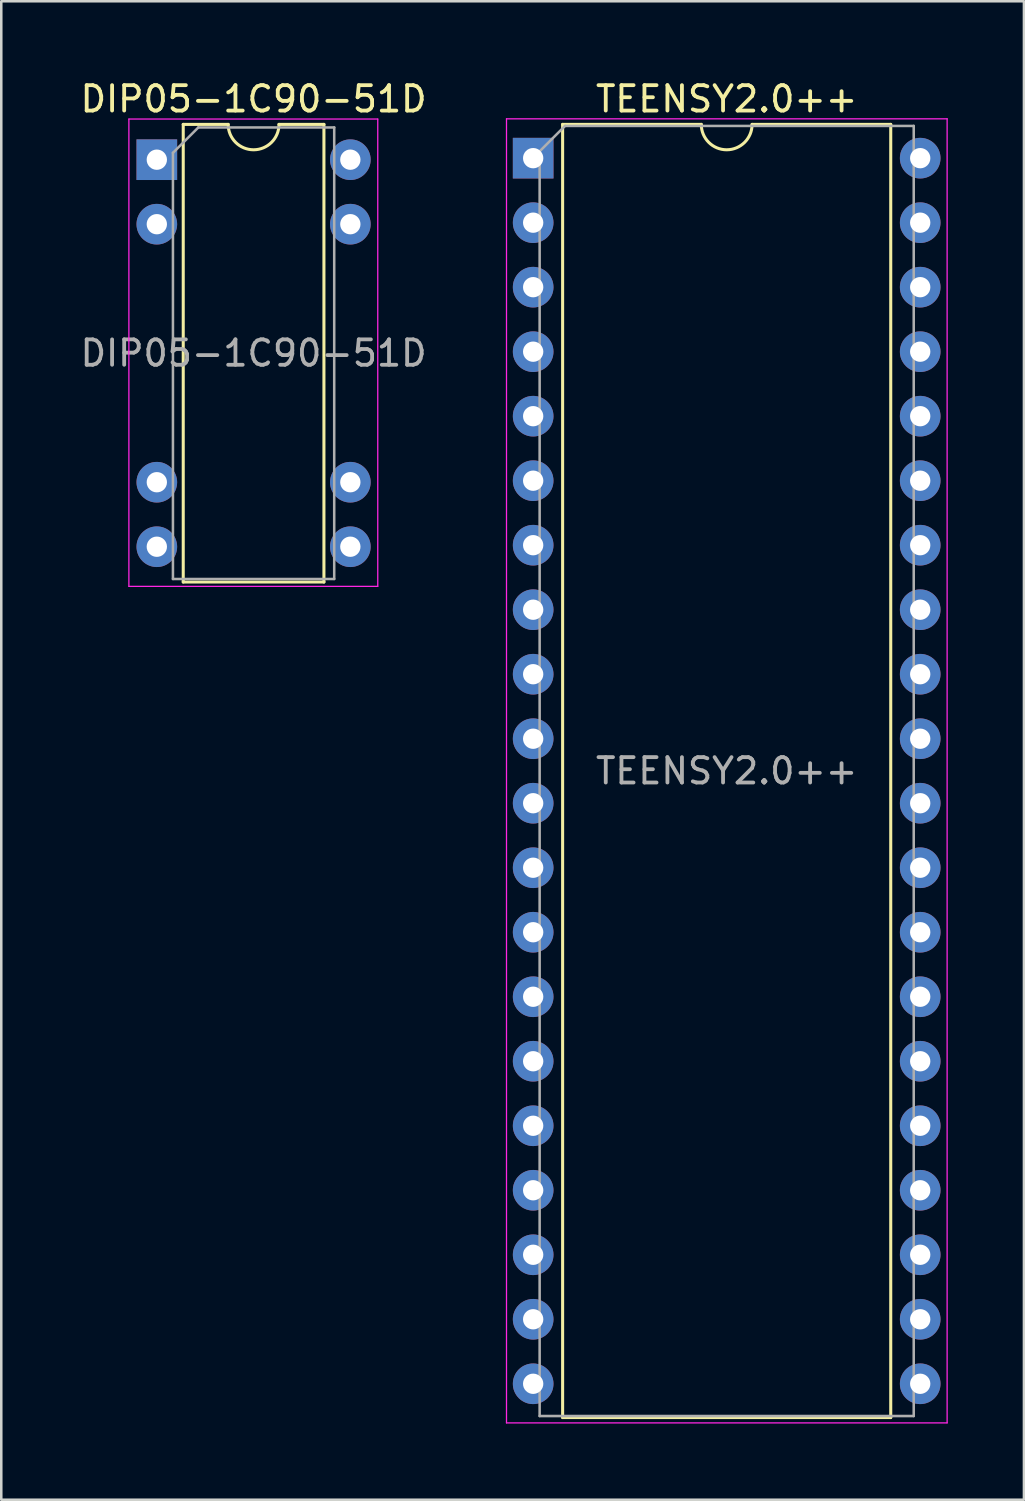
<source format=kicad_pcb>
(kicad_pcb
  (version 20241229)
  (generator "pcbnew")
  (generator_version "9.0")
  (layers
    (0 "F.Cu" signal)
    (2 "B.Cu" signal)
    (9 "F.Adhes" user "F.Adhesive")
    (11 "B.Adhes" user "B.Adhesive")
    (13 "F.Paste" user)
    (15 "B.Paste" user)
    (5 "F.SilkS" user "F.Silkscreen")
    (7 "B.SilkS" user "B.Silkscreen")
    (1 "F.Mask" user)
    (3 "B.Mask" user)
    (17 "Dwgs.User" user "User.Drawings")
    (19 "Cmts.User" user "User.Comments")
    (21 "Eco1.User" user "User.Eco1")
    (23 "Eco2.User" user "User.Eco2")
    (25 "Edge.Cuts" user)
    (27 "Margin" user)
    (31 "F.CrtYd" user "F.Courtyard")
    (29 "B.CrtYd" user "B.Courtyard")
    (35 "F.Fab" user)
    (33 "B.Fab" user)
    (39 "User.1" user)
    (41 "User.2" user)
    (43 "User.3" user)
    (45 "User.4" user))
  (footprint "TEENSY2.0++"
    (layer "F.Cu")
    (at 17.944 3.178)
    (property "Reference" "TEENSY2.0++" (at 7.62 -2.33 0) (layer "F.SilkS") (effects (font (size 1 1) (thickness 0.15))))
    (attr through_hole)
    (fp_line (start 1.16 -1.33) (end 1.16 49.59) (stroke (width 0.12) (type solid)) (layer "F.SilkS"))
    (fp_line (start 1.16 49.59) (end 14.08 49.59) (stroke (width 0.12) (type solid)) (layer "F.SilkS"))
    (fp_line (start 6.62 -1.33) (end 1.16 -1.33) (stroke (width 0.12) (type solid)) (layer "F.SilkS"))
    (fp_line (start 14.08 -1.33) (end 8.62 -1.33) (stroke (width 0.12) (type solid)) (layer "F.SilkS"))
    (fp_line (start 14.08 49.59) (end 14.08 -1.33) (stroke (width 0.12) (type solid)) (layer "F.SilkS"))
    (fp_arc (start 8.62 -1.33) (mid 7.62 -0.33) (end 6.62 -1.33) (stroke (width 0.12) (type solid)) (layer "F.SilkS"))
    (fp_line (start -1.05 -1.55) (end -1.05 49.8) (stroke (width 0.05) (type solid)) (layer "F.CrtYd"))
    (fp_line (start -1.05 49.8) (end 16.3 49.8) (stroke (width 0.05) (type solid)) (layer "F.CrtYd"))
    (fp_line (start 16.3 -1.55) (end -1.05 -1.55) (stroke (width 0.05) (type solid)) (layer "F.CrtYd"))
    (fp_line (start 16.3 49.8) (end 16.3 -1.55) (stroke (width 0.05) (type solid)) (layer "F.CrtYd"))
    (fp_line (start 0.255 -0.27) (end 1.255 -1.27) (stroke (width 0.1) (type solid)) (layer "F.Fab"))
    (fp_line (start 0.255 49.53) (end 0.255 -0.27) (stroke (width 0.1) (type solid)) (layer "F.Fab"))
    (fp_line (start 1.255 -1.27) (end 14.985 -1.27) (stroke (width 0.1) (type solid)) (layer "F.Fab"))
    (fp_line (start 14.985 -1.27) (end 14.985 49.53) (stroke (width 0.1) (type solid)) (layer "F.Fab"))
    (fp_line (start 14.985 49.53) (end 0.255 49.53) (stroke (width 0.1) (type solid)) (layer "F.Fab"))
    (fp_text user "${REFERENCE}" (at 7.62 24.13 0) (layer "F.Fab") (effects (font (size 1 1) (thickness 0.15))))
    (pad "1" thru_hole rect (at 0 0) (size 1.6 1.6) (drill 0.8) (layers "*.Cu" "*.Mask"))
    (pad "2" thru_hole oval (at 0 2.54) (size 1.6 1.6) (drill 0.8) (layers "*.Cu" "*.Mask"))
    (pad "3" thru_hole oval (at 0 5.08) (size 1.6 1.6) (drill 0.8) (layers "*.Cu" "*.Mask"))
    (pad "4" thru_hole oval (at 0 7.62) (size 1.6 1.6) (drill 0.8) (layers "*.Cu" "*.Mask"))
    (pad "5" thru_hole oval (at 0 10.16) (size 1.6 1.6) (drill 0.8) (layers "*.Cu" "*.Mask"))
    (pad "6" thru_hole oval (at 0 12.7) (size 1.6 1.6) (drill 0.8) (layers "*.Cu" "*.Mask"))
    (pad "7" thru_hole oval (at 0 15.24) (size 1.6 1.6) (drill 0.8) (layers "*.Cu" "*.Mask"))
    (pad "8" thru_hole oval (at 0 17.78) (size 1.6 1.6) (drill 0.8) (layers "*.Cu" "*.Mask"))
    (pad "9" thru_hole oval (at 0 20.32) (size 1.6 1.6) (drill 0.8) (layers "*.Cu" "*.Mask"))
    (pad "10" thru_hole oval (at 0 22.86) (size 1.6 1.6) (drill 0.8) (layers "*.Cu" "*.Mask"))
    (pad "11" thru_hole oval (at 0 25.4) (size 1.6 1.6) (drill 0.8) (layers "*.Cu" "*.Mask"))
    (pad "12" thru_hole oval (at 0 27.94) (size 1.6 1.6) (drill 0.8) (layers "*.Cu" "*.Mask"))
    (pad "13" thru_hole oval (at 0 30.48) (size 1.6 1.6) (drill 0.8) (layers "*.Cu" "*.Mask"))
    (pad "14" thru_hole oval (at 0 33.02) (size 1.6 1.6) (drill 0.8) (layers "*.Cu" "*.Mask"))
    (pad "15" thru_hole oval (at 0 35.56) (size 1.6 1.6) (drill 0.8) (layers "*.Cu" "*.Mask"))
    (pad "16" thru_hole oval (at 0 38.1) (size 1.6 1.6) (drill 0.8) (layers "*.Cu" "*.Mask"))
    (pad "17" thru_hole oval (at 0 40.64) (size 1.6 1.6) (drill 0.8) (layers "*.Cu" "*.Mask"))
    (pad "18" thru_hole oval (at 0 43.18) (size 1.6 1.6) (drill 0.8) (layers "*.Cu" "*.Mask"))
    (pad "19" thru_hole oval (at 0 45.72) (size 1.6 1.6) (drill 0.8) (layers "*.Cu" "*.Mask"))
    (pad "20" thru_hole oval (at 0 48.26) (size 1.6 1.6) (drill 0.8) (layers "*.Cu" "*.Mask"))
    (pad "21" thru_hole oval (at 15.24 48.26) (size 1.6 1.6) (drill 0.8) (layers "*.Cu" "*.Mask"))
    (pad "22" thru_hole oval (at 15.24 45.72) (size 1.6 1.6) (drill 0.8) (layers "*.Cu" "*.Mask"))
    (pad "23" thru_hole oval (at 15.24 43.18) (size 1.6 1.6) (drill 0.8) (layers "*.Cu" "*.Mask"))
    (pad "24" thru_hole oval (at 15.24 40.64) (size 1.6 1.6) (drill 0.8) (layers "*.Cu" "*.Mask"))
    (pad "25" thru_hole oval (at 15.24 38.1) (size 1.6 1.6) (drill 0.8) (layers "*.Cu" "*.Mask"))
    (pad "26" thru_hole oval (at 15.24 35.56) (size 1.6 1.6) (drill 0.8) (layers "*.Cu" "*.Mask"))
    (pad "27" thru_hole oval (at 15.24 33.02) (size 1.6 1.6) (drill 0.8) (layers "*.Cu" "*.Mask"))
    (pad "28" thru_hole oval (at 15.24 30.48) (size 1.6 1.6) (drill 0.8) (layers "*.Cu" "*.Mask"))
    (pad "29" thru_hole oval (at 15.24 27.94) (size 1.6 1.6) (drill 0.8) (layers "*.Cu" "*.Mask"))
    (pad "30" thru_hole oval (at 15.24 25.4) (size 1.6 1.6) (drill 0.8) (layers "*.Cu" "*.Mask"))
    (pad "31" thru_hole oval (at 15.24 22.86) (size 1.6 1.6) (drill 0.8) (layers "*.Cu" "*.Mask"))
    (pad "32" thru_hole oval (at 15.24 20.32) (size 1.6 1.6) (drill 0.8) (layers "*.Cu" "*.Mask"))
    (pad "33" thru_hole oval (at 15.24 17.78) (size 1.6 1.6) (drill 0.8) (layers "*.Cu" "*.Mask"))
    (pad "34" thru_hole oval (at 15.24 15.24) (size 1.6 1.6) (drill 0.8) (layers "*.Cu" "*.Mask"))
    (pad "35" thru_hole oval (at 15.24 12.7) (size 1.6 1.6) (drill 0.8) (layers "*.Cu" "*.Mask"))
    (pad "36" thru_hole oval (at 15.24 10.16) (size 1.6 1.6) (drill 0.8) (layers "*.Cu" "*.Mask"))
    (pad "37" thru_hole oval (at 15.24 7.62) (size 1.6 1.6) (drill 0.8) (layers "*.Cu" "*.Mask"))
    (pad "38" thru_hole oval (at 15.24 5.08) (size 1.6 1.6) (drill 0.8) (layers "*.Cu" "*.Mask"))
    (pad "39" thru_hole oval (at 15.24 2.54) (size 1.6 1.6) (drill 0.8) (layers "*.Cu" "*.Mask"))
    (pad "40" thru_hole oval (at 15.24 0) (size 1.6 1.6) (drill 0.8) (layers "*.Cu" "*.Mask")))
  (footprint "DIP05-1C90-51D"
    (layer "F.Cu")
    (at 3.125 3.238)
    (property "Reference" "DIP05-1C90-51D" (at 3.81 -2.39 0) (layer "F.SilkS") (effects (font (size 1 1) (thickness 0.15))))
    (attr through_hole)
    (fp_line (start 1.04 -1.39) (end 1.04 16.63) (stroke (width 0.12) (type solid)) (layer "F.SilkS"))
    (fp_line (start 1.04 16.63) (end 6.58 16.63) (stroke (width 0.12) (type solid)) (layer "F.SilkS"))
    (fp_line (start 2.81 -1.39) (end 1.04 -1.39) (stroke (width 0.12) (type solid)) (layer "F.SilkS"))
    (fp_line (start 6.58 -1.39) (end 4.81 -1.39) (stroke (width 0.12) (type solid)) (layer "F.SilkS"))
    (fp_line (start 6.58 16.63) (end 6.58 -1.39) (stroke (width 0.12) (type solid)) (layer "F.SilkS"))
    (fp_arc (start 4.81 -1.39) (mid 3.81 -0.39) (end 2.81 -1.39) (stroke (width 0.12) (type solid)) (layer "F.SilkS"))
    (fp_line (start -1.1 -1.6) (end -1.1 16.8) (stroke (width 0.05) (type solid)) (layer "F.CrtYd"))
    (fp_line (start -1.1 16.8) (end 8.7 16.8) (stroke (width 0.05) (type solid)) (layer "F.CrtYd"))
    (fp_line (start 8.7 -1.6) (end -1.1 -1.6) (stroke (width 0.05) (type solid)) (layer "F.CrtYd"))
    (fp_line (start 8.7 16.8) (end 8.7 -1.6) (stroke (width 0.05) (type solid)) (layer "F.CrtYd"))
    (fp_line (start 0.635 -0.27) (end 1.635 -1.27) (stroke (width 0.1) (type solid)) (layer "F.Fab"))
    (fp_line (start 0.635 16.51) (end 0.635 -0.27) (stroke (width 0.1) (type solid)) (layer "F.Fab"))
    (fp_line (start 1.635 -1.27) (end 6.985 -1.27) (stroke (width 0.1) (type solid)) (layer "F.Fab"))
    (fp_line (start 6.985 -1.27) (end 6.985 16.51) (stroke (width 0.1) (type solid)) (layer "F.Fab"))
    (fp_line (start 6.985 16.51) (end 0.635 16.51) (stroke (width 0.1) (type solid)) (layer "F.Fab"))
    (fp_text user "${REFERENCE}" (at 3.81 7.62 0) (layer "F.Fab") (effects (font (size 1 1) (thickness 0.15))))
    (pad "1" thru_hole rect (at 0 0) (size 1.6 1.6) (drill 0.8) (layers "*.Cu" "*.Mask"))
    (pad "2" thru_hole oval (at 0 2.54) (size 1.6 1.6) (drill 0.8) (layers "*.Cu" "*.Mask"))
    (pad "6" thru_hole oval (at 0 12.7) (size 1.6 1.6) (drill 0.8) (layers "*.Cu" "*.Mask"))
    (pad "7" thru_hole oval (at 0 15.24) (size 1.6 1.6) (drill 0.8) (layers "*.Cu" "*.Mask"))
    (pad "8" thru_hole oval (at 7.62 15.24) (size 1.6 1.6) (drill 0.8) (layers "*.Cu" "*.Mask"))
    (pad "9" thru_hole oval (at 7.62 12.7) (size 1.6 1.6) (drill 0.8) (layers "*.Cu" "*.Mask"))
    (pad "13" thru_hole oval (at 7.62 2.54) (size 1.6 1.6) (drill 0.8) (layers "*.Cu" "*.Mask"))
    (pad "14" thru_hole oval (at 7.62 0) (size 1.6 1.6) (drill 0.8) (layers "*.Cu" "*.Mask")))
  (gr_rect
    (start -3 -3)
    (end 37.269 56.003)
    (stroke (width 0.1) (type default))
    (fill no)
    (layer "Edge.Cuts")))
</source>
